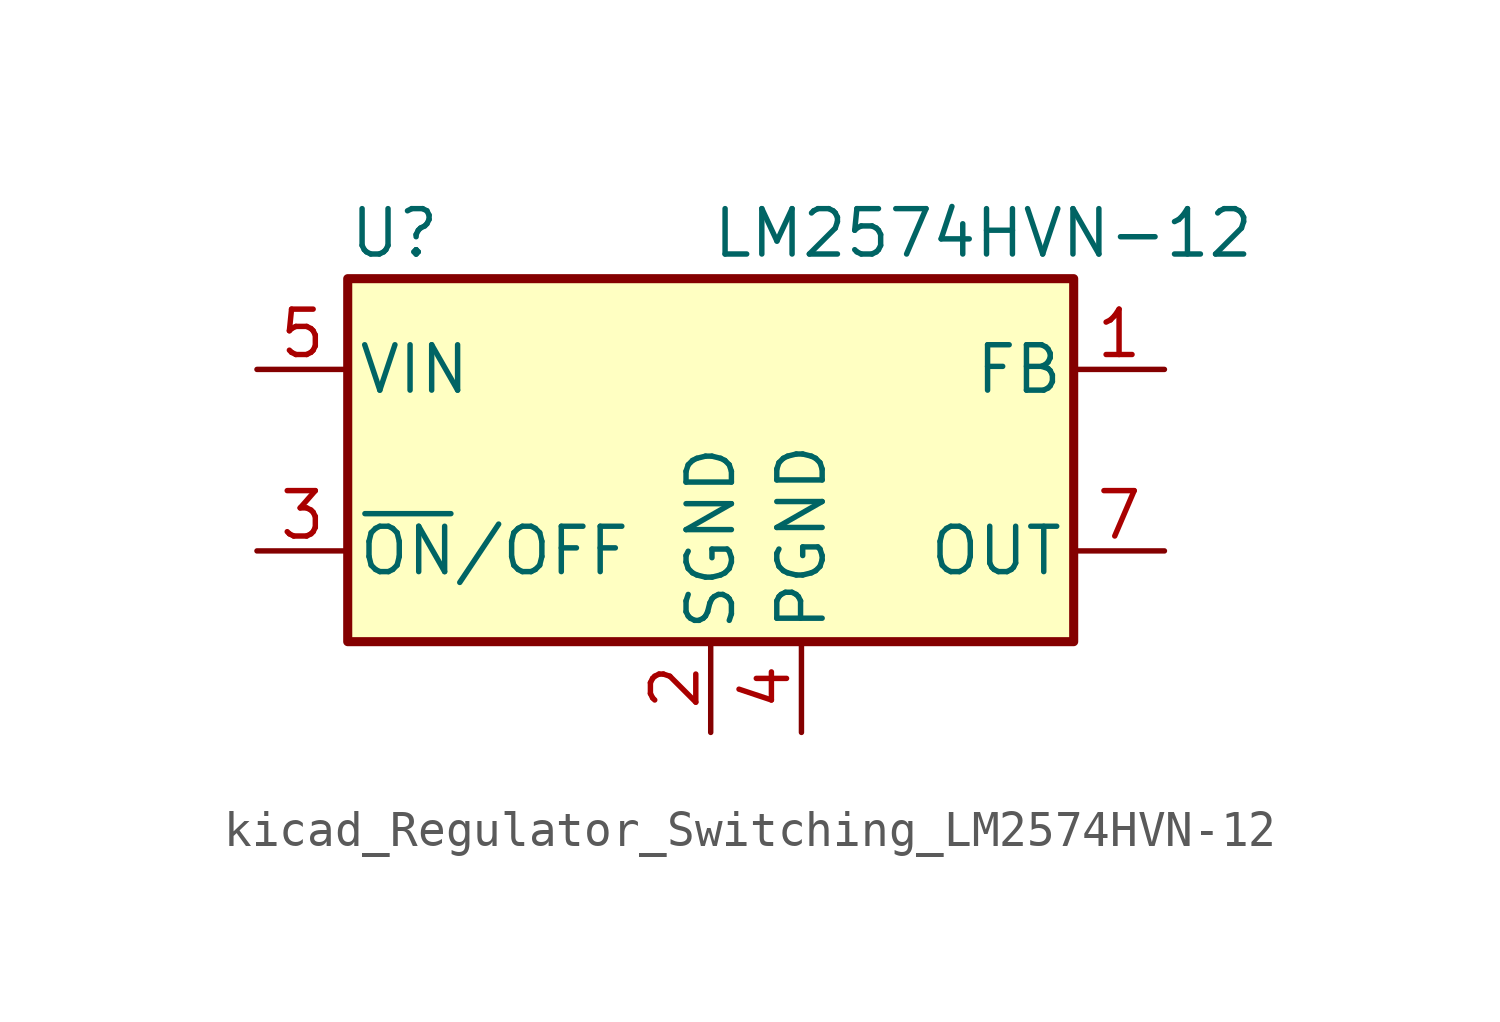
<source format=kicad_sym>
(kicad_symbol_lib
  (version 20220914)
  (generator kicad_symbol_editor)
  (symbol "kicad_Regulator_Switching_LM2574HVN-12"
    (pin_names
      (offset 0.254))
    (property "Reference" "U"
      (at -10.16 6.35 0)
      (effects (font (size 1.27 1.27)) (justify left)))
    (property "Value" "LM2574HVN-12"
      (at 0 6.35 0)
      (effects (font (size 1.27 1.27)) (justify left)))
    (symbol "kicad_Regulator_Switching_LM2574HVN-12_0_1"
      (rectangle (start -10.16 5.08) (end 10.16 -5.08) (stroke (width 0.254) (type default)) (fill (type background))))
    (symbol "kicad_Regulator_Switching_LM2574HVN-12_1_1"
      (pin input line (at 12.7 2.54 180) (length 2.54) (name "FB" (effects (font (size 1.27 1.27)))) (number "1" (effects (font (size 1.27 1.27)))))
      (pin power_in line (at 0 -7.62 90) (length 2.54) (name "SGND" (effects (font (size 1.27 1.27)))) (number "2" (effects (font (size 1.27 1.27)))))
      (pin input line (at -12.7 -2.54 0) (length 2.54) (name "~{ON}/OFF" (effects (font (size 1.27 1.27)))) (number "3" (effects (font (size 1.27 1.27)))))
      (pin power_in line (at 2.54 -7.62 90) (length 2.54) (name "PGND" (effects (font (size 1.27 1.27)))) (number "4" (effects (font (size 1.27 1.27)))))
      (pin power_in line (at -12.7 2.54 0) (length 2.54) (name "VIN" (effects (font (size 1.27 1.27)))) (number "5" (effects (font (size 1.27 1.27)))))
      (pin no_connect line (at -10.16 0 0) (length 2.54) hide (name "NC" (effects (font (size 1.27 1.27)))) (number "6" (effects (font (size 1.27 1.27)))))
      (pin output line (at 12.7 -2.54 180) (length 2.54) (name "OUT" (effects (font (size 1.27 1.27)))) (number "7" (effects (font (size 1.27 1.27)))))
      (pin no_connect line (at 10.16 0 180) (length 2.54) hide (name "NC" (effects (font (size 1.27 1.27)))) (number "8" (effects (font (size 1.27 1.27))))))))
</source>
